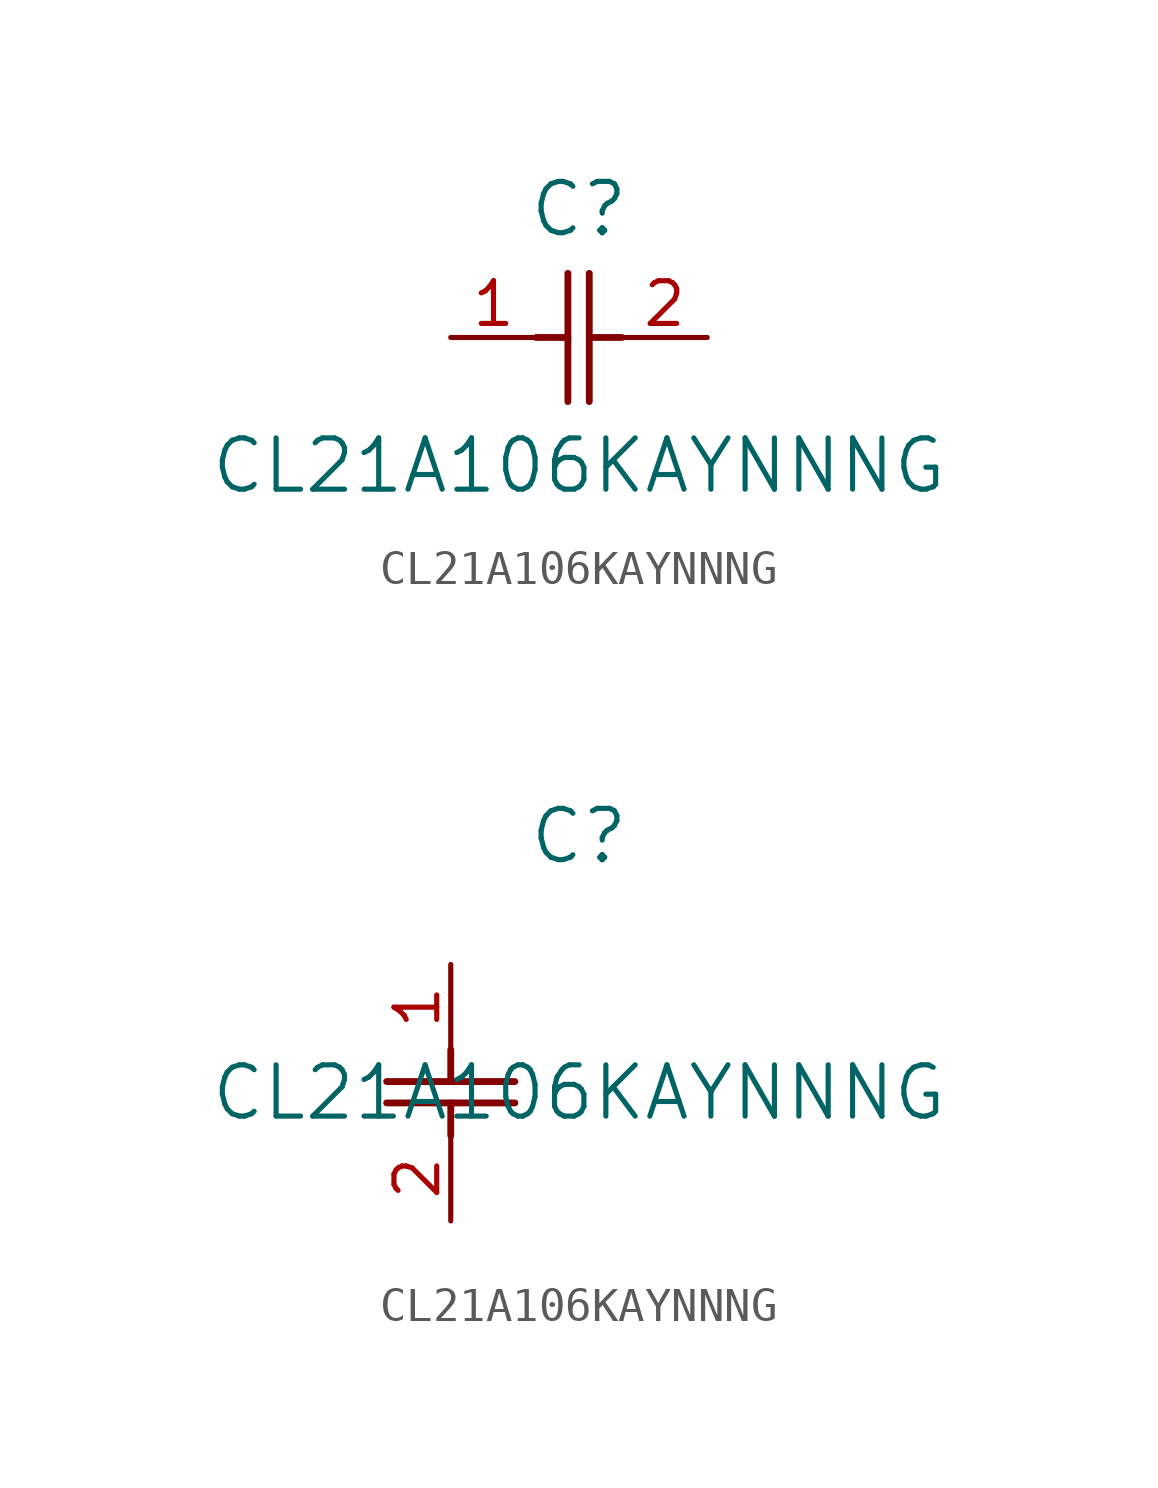
<source format=kicad_sym>
(kicad_symbol_lib
  (version 20211014)
  (generator kicad_symbol_editor)
  (symbol "CL21A106KAYNNNG"
    (pin_names
      (offset 0.254))
    (property "Reference" "C"
      (at 3.81 3.81 0)
      (effects (font (size 1.524 1.524))))
    (property "Value" "CL21A106KAYNNNG"
      (at 3.81 -3.81 0)
      (effects (font (size 1.524 1.524))))
    (symbol "CL21A106KAYNNNG_1_1"
      (polyline (pts (xy 3.48 -1.905) (xy 3.48 1.905)) (stroke (width 0.203) (type default) (color 0 0 0 0)) (fill (type none)))
      (polyline (pts (xy 4.115 -1.905) (xy 4.115 1.905)) (stroke (width 0.203) (type default) (color 0 0 0 0)) (fill (type none)))
      (polyline (pts (xy 4.115 0) (xy 5.08 0)) (stroke (width 0.203) (type default) (color 0 0 0 0)) (fill (type none)))
      (polyline (pts (xy 2.54 0) (xy 3.48 0)) (stroke (width 0.203) (type default) (color 0 0 0 0)) (fill (type none)))
      (pin unspecified line (at 0 0 0) (length 2.54) (name "" (effects (font (size 1.27 1.27)))) (number "1" (effects (font (size 1.27 1.27)))))
      (pin unspecified line (at 7.62 0 180) (length 2.54) (name "" (effects (font (size 1.27 1.27)))) (number "2" (effects (font (size 1.27 1.27))))))
    (symbol "CL21A106KAYNNNG_1_2"
      (polyline (pts (xy -1.905 -3.48) (xy 1.905 -3.48)) (stroke (width 0.203) (type default) (color 0 0 0 0)) (fill (type none)))
      (polyline (pts (xy -1.905 -4.115) (xy 1.905 -4.115)) (stroke (width 0.203) (type default) (color 0 0 0 0)) (fill (type none)))
      (polyline (pts (xy 0 -4.115) (xy 0 -5.08)) (stroke (width 0.203) (type default) (color 0 0 0 0)) (fill (type none)))
      (polyline (pts (xy 0 -2.54) (xy 0 -3.48)) (stroke (width 0.203) (type default) (color 0 0 0 0)) (fill (type none)))
      (pin unspecified line (at 0 0 270) (length 2.54) (name "" (effects (font (size 1.27 1.27)))) (number "1" (effects (font (size 1.27 1.27)))))
      (pin unspecified line (at 0 -7.62 90) (length 2.54) (name "" (effects (font (size 1.27 1.27)))) (number "2" (effects (font (size 1.27 1.27))))))))
</source>
